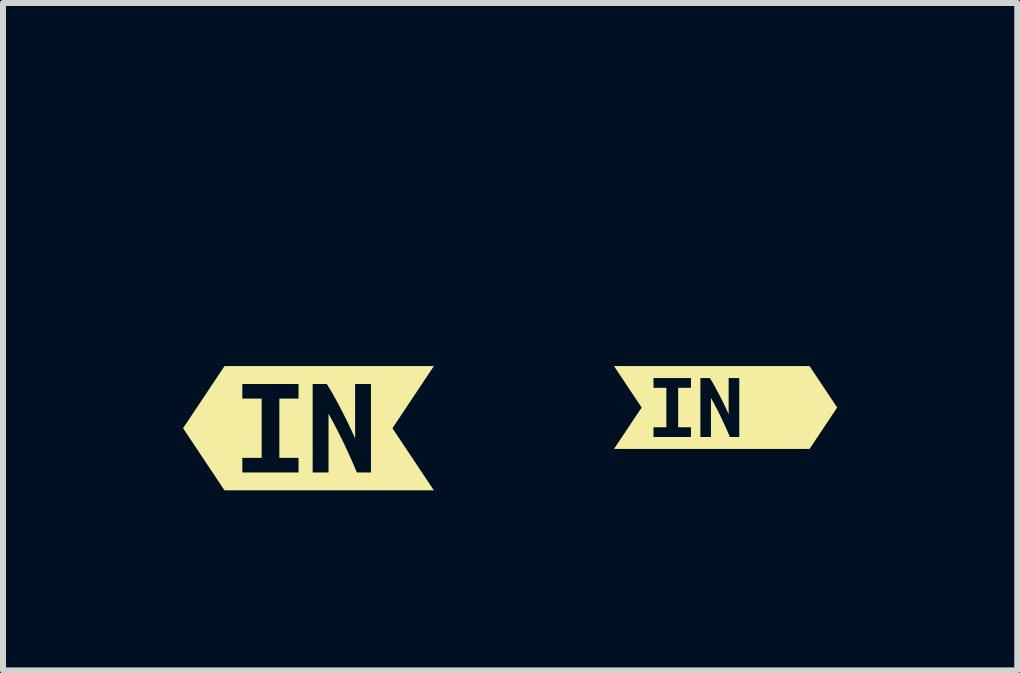
<source format=kicad_pcb>
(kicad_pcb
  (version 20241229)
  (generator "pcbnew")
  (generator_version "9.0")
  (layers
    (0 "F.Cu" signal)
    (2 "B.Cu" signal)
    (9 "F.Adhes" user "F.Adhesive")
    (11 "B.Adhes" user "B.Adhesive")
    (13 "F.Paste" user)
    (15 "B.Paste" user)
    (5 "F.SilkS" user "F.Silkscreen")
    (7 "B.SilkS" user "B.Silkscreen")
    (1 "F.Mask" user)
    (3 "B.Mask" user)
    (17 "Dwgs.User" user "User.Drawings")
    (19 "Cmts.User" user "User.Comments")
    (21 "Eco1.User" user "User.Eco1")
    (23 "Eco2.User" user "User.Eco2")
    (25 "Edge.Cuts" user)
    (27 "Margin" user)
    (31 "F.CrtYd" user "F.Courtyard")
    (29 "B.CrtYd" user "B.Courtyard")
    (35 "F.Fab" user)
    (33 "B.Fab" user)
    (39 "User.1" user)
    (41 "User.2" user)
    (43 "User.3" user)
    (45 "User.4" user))
  (footprint "kibuzzard-6461CA4A"
    (layer "F.Cu")
    (at 2.089 4.084)
    (property "Reference" "kibuzzard-6461CA4A" (at 0 -4.083 0) (layer "F.SilkS") (effects (font (size 0.001 0.001) (thickness 0.15))))
    (attr board_only exclude_from_pos_files exclude_from_bom)
    (fp_poly (pts (xy -1.102 -1.035) (xy -1.399 -1.035) (xy -2.089 0) (xy -1.399 1.035) (xy -1.102 1.035) (xy -1.102 0.737) (xy -1.102 0.494) (xy -0.78 0.494) (xy -0.78 -0.494) (xy -1.102 -0.494) (xy -1.102 -0.737) (xy -0.166 -0.737) (xy -0.166 -0.494) (xy -0.485 -0.494) (xy -0.485 0.494) (xy -0.166 0.494) (xy -0.166 0.737) (xy -1.102 0.737) (xy -1.102 1.035) (xy 0.806 1.035) (xy 0.806 0.737) (xy 0.737 0.574) (xy 0.664 0.411) (xy 0.588 0.248) (xy 0.507 0.085) (xy 0.423 -0.078) (xy 0.334 -0.242) (xy 0.334 0.737) (xy 0.07 0.737) (xy 0.07 -0.737) (xy 0.305 -0.737) (xy 0.372 -0.628) (xy 0.439 -0.51) (xy 0.505 -0.387) (xy 0.569 -0.266) (xy 0.629 -0.146) (xy 0.685 -0.03) (xy 0.735 0.077) (xy 0.777 0.17) (xy 0.777 -0.737) (xy 1.041 -0.737) (xy 1.041 0.737) (xy 0.806 0.737) (xy 0.806 1.035) (xy 1.102 1.035) (xy 1.399 1.035) (xy 2.089 1.035) (xy 1.399 0) (xy 2.089 -1.035) (xy 1.399 -1.035) (xy 1.102 -1.035) (xy -1.102 -1.035)) (stroke (width 0) (type solid)) (fill yes) (layer "F.SilkS")))
  (footprint "kibuzzard-646138EB"
    (layer "F.Cu")
    (at 9.038 3.739)
    (property "Reference" "kibuzzard-646138EB" (at 0 -3.738 0) (layer "F.SilkS") (effects (font (size 0.001 0.001) (thickness 0.15))))
    (attr board_only exclude_from_pos_files exclude_from_bom)
    (fp_poly (pts (xy -1.201 -0.69) (xy -1.399 -0.69) (xy -1.859 -0.69) (xy -1.399 0) (xy -1.859 0.69) (xy -1.399 0.69) (xy -1.201 0.69) (xy -1.201 0.491) (xy -1.201 0.329) (xy -0.987 0.329) (xy -0.987 -0.329) (xy -1.201 -0.329) (xy -1.201 -0.491) (xy -0.577 -0.491) (xy -0.577 -0.329) (xy -0.79 -0.329) (xy -0.79 0.329) (xy -0.577 0.329) (xy -0.577 0.491) (xy -1.201 0.491) (xy -1.201 0.69) (xy 0.071 0.69) (xy 0.071 0.491) (xy 0.025 0.382) (xy -0.024 0.274) (xy -0.075 0.165) (xy -0.128 0.057) (xy -0.185 -0.052) (xy -0.244 -0.161) (xy -0.244 0.491) (xy -0.42 0.491) (xy -0.42 -0.491) (xy -0.263 -0.491) (xy -0.218 -0.419) (xy -0.174 -0.34) (xy -0.13 -0.258) (xy -0.087 -0.177) (xy -0.047 -0.097) (xy -0.01 -0.02) (xy 0.024 0.052) (xy 0.051 0.114) (xy 0.051 -0.491) (xy 0.228 -0.491) (xy 0.228 0.491) (xy 0.071 0.491) (xy 0.071 0.69) (xy 1.201 0.69) (xy 1.399 0.69) (xy 1.859 0) (xy 1.399 -0.69) (xy 1.201 -0.69) (xy -1.201 -0.69)) (stroke (width 0) (type solid)) (fill yes) (layer "F.SilkS")))
  (gr_rect
    (start -3 -3)
    (end 13.897 8.118)
    (stroke (width 0.1) (type default))
    (fill no)
    (layer "Edge.Cuts")))
</source>
